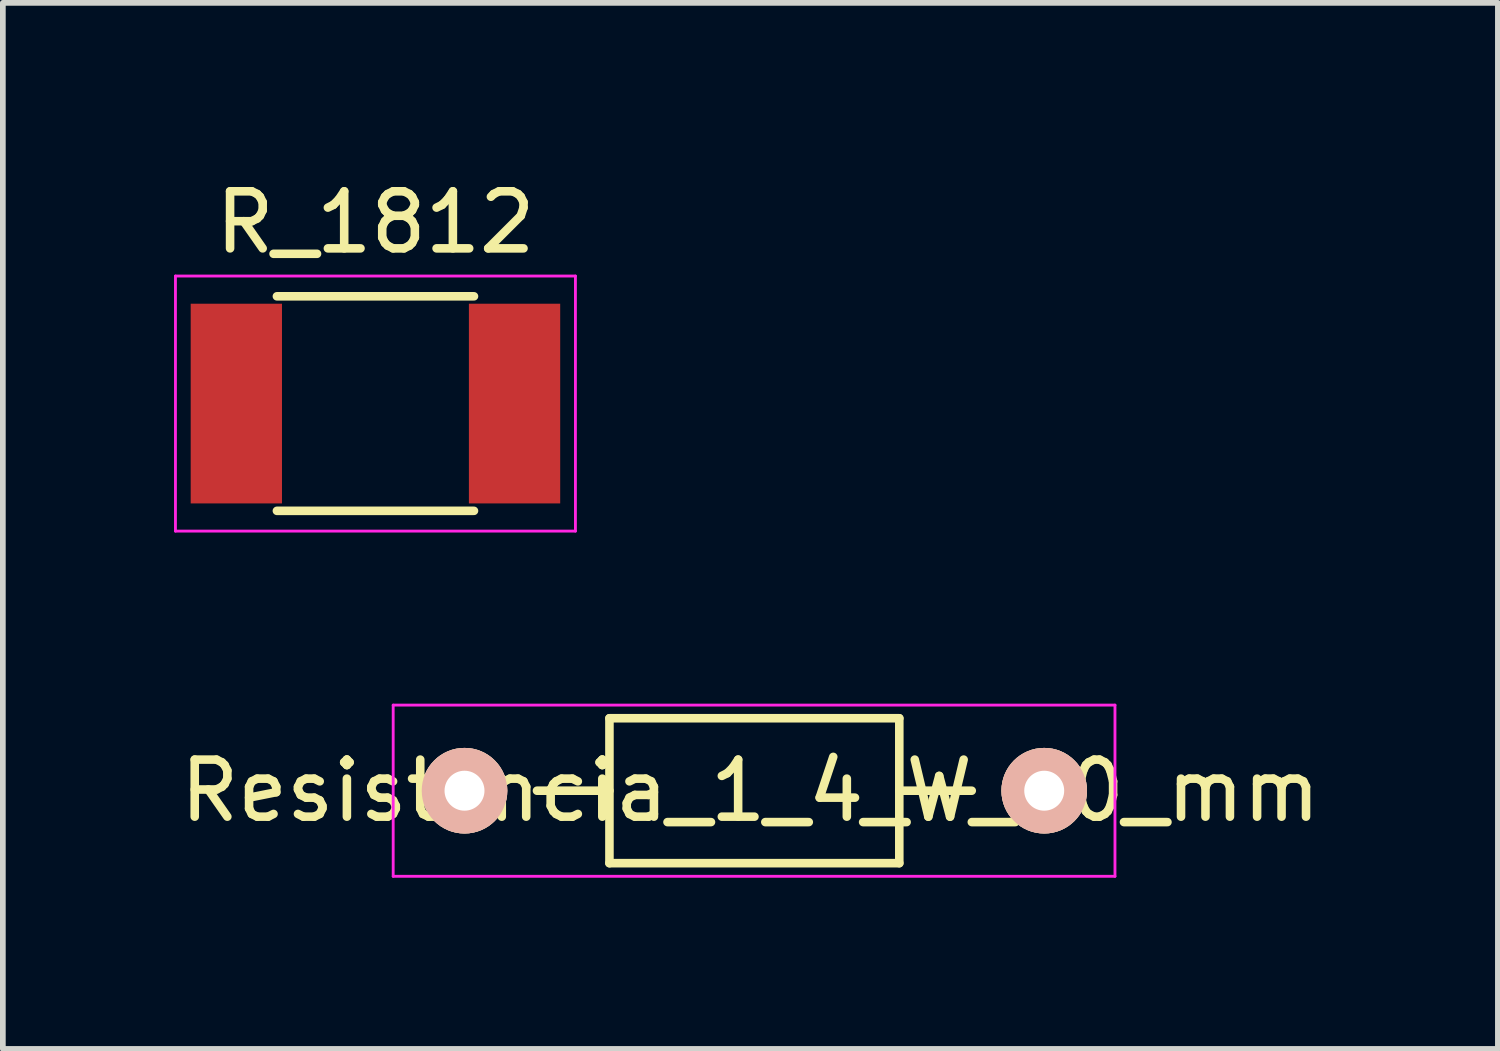
<source format=kicad_pcb>
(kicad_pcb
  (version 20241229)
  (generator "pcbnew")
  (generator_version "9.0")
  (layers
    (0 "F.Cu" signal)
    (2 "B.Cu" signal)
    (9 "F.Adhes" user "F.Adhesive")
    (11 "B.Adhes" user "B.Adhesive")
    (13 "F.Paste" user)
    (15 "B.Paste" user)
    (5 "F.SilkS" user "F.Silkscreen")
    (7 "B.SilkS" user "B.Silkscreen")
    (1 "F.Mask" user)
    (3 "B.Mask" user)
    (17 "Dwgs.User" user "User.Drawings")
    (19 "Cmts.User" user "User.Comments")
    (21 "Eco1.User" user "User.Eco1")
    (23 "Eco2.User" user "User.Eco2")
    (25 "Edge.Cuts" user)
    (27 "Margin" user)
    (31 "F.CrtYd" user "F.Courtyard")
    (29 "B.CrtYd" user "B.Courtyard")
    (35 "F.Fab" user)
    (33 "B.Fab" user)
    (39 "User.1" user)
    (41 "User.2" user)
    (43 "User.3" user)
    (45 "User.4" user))
  (footprint "Resistencia_1_4_W_10_mm"
    (layer "F.Cu")
    (at 5.091 10.808)
    (property "Reference" "Resistencia_1_4_W_10_mm" (at 5.01 0 0) (layer "F.SilkS") (effects (font (size 1 1) (thickness 0.15))))
    (attr through_hole)
    (fp_line (start 2.54 -1.27) (end 7.62 -1.27) (stroke (width 0.15) (type solid)) (layer "F.SilkS"))
    (fp_line (start 2.54 0) (end 1.27 0) (stroke (width 0.15) (type solid)) (layer "F.SilkS"))
    (fp_line (start 2.54 1.27) (end 2.54 -1.27) (stroke (width 0.15) (type solid)) (layer "F.SilkS"))
    (fp_line (start 7.62 -1.27) (end 7.62 1.27) (stroke (width 0.15) (type solid)) (layer "F.SilkS"))
    (fp_line (start 7.62 0) (end 8.89 0) (stroke (width 0.15) (type solid)) (layer "F.SilkS"))
    (fp_line (start 7.62 1.27) (end 2.54 1.27) (stroke (width 0.15) (type solid)) (layer "F.SilkS"))
    (fp_line (start -1.25 -1.5) (end 11.4 -1.5) (stroke (width 0.05) (type solid)) (layer "F.CrtYd"))
    (fp_line (start -1.25 1.5) (end -1.25 -1.5) (stroke (width 0.05) (type solid)) (layer "F.CrtYd"))
    (fp_line (start -1.25 1.5) (end 11.4 1.5) (stroke (width 0.05) (type solid)) (layer "F.CrtYd"))
    (fp_line (start 11.4 -1.5) (end 11.4 1.5) (stroke (width 0.05) (type solid)) (layer "F.CrtYd"))
    (pad "1" thru_hole circle (at 0 0) (size 1.5 1.5) (drill 0.7) (layers "*.Cu" "*.SilkS" "*.Mask"))
    (pad "2" thru_hole circle (at 10.16 0) (size 1.5 1.5) (drill 0.7) (layers "*.Cu" "*.SilkS" "*.Mask")))
  (footprint "R_1812"
    (layer "F.Cu")
    (at 3.53 4.023)
    (property "Reference" "R_1812" (at 0 -3.175 0) (layer "F.SilkS") (effects (font (size 1 1) (thickness 0.15))))
    (attr smd)
    (fp_line (start -1.727 -1.88) (end 1.727 -1.88) (stroke (width 0.15) (type solid)) (layer "F.SilkS"))
    (fp_line (start -1.727 1.88) (end 1.727 1.88) (stroke (width 0.15) (type solid)) (layer "F.SilkS"))
    (fp_line (start -3.505 -2.235) (end 3.505 -2.235) (stroke (width 0.05) (type solid)) (layer "F.CrtYd"))
    (fp_line (start -3.505 2.235) (end -3.505 -2.235) (stroke (width 0.05) (type solid)) (layer "F.CrtYd"))
    (fp_line (start 3.505 -2.235) (end 3.505 2.235) (stroke (width 0.05) (type solid)) (layer "F.CrtYd"))
    (fp_line (start 3.505 2.235) (end -3.505 2.235) (stroke (width 0.05) (type solid)) (layer "F.CrtYd"))
    (pad "1" smd rect (at -2.438 0) (size 1.6 3.5) (layers "F.Cu" "F.Mask" "F.Paste"))
    (pad "2" smd rect (at 2.438 0) (size 1.6 3.5) (layers "F.Cu" "F.Mask" "F.Paste")))
  (gr_rect
    (start -3 -3)
    (end 23.202 15.333)
    (stroke (width 0.1) (type default))
    (fill no)
    (layer "Edge.Cuts")))
</source>
